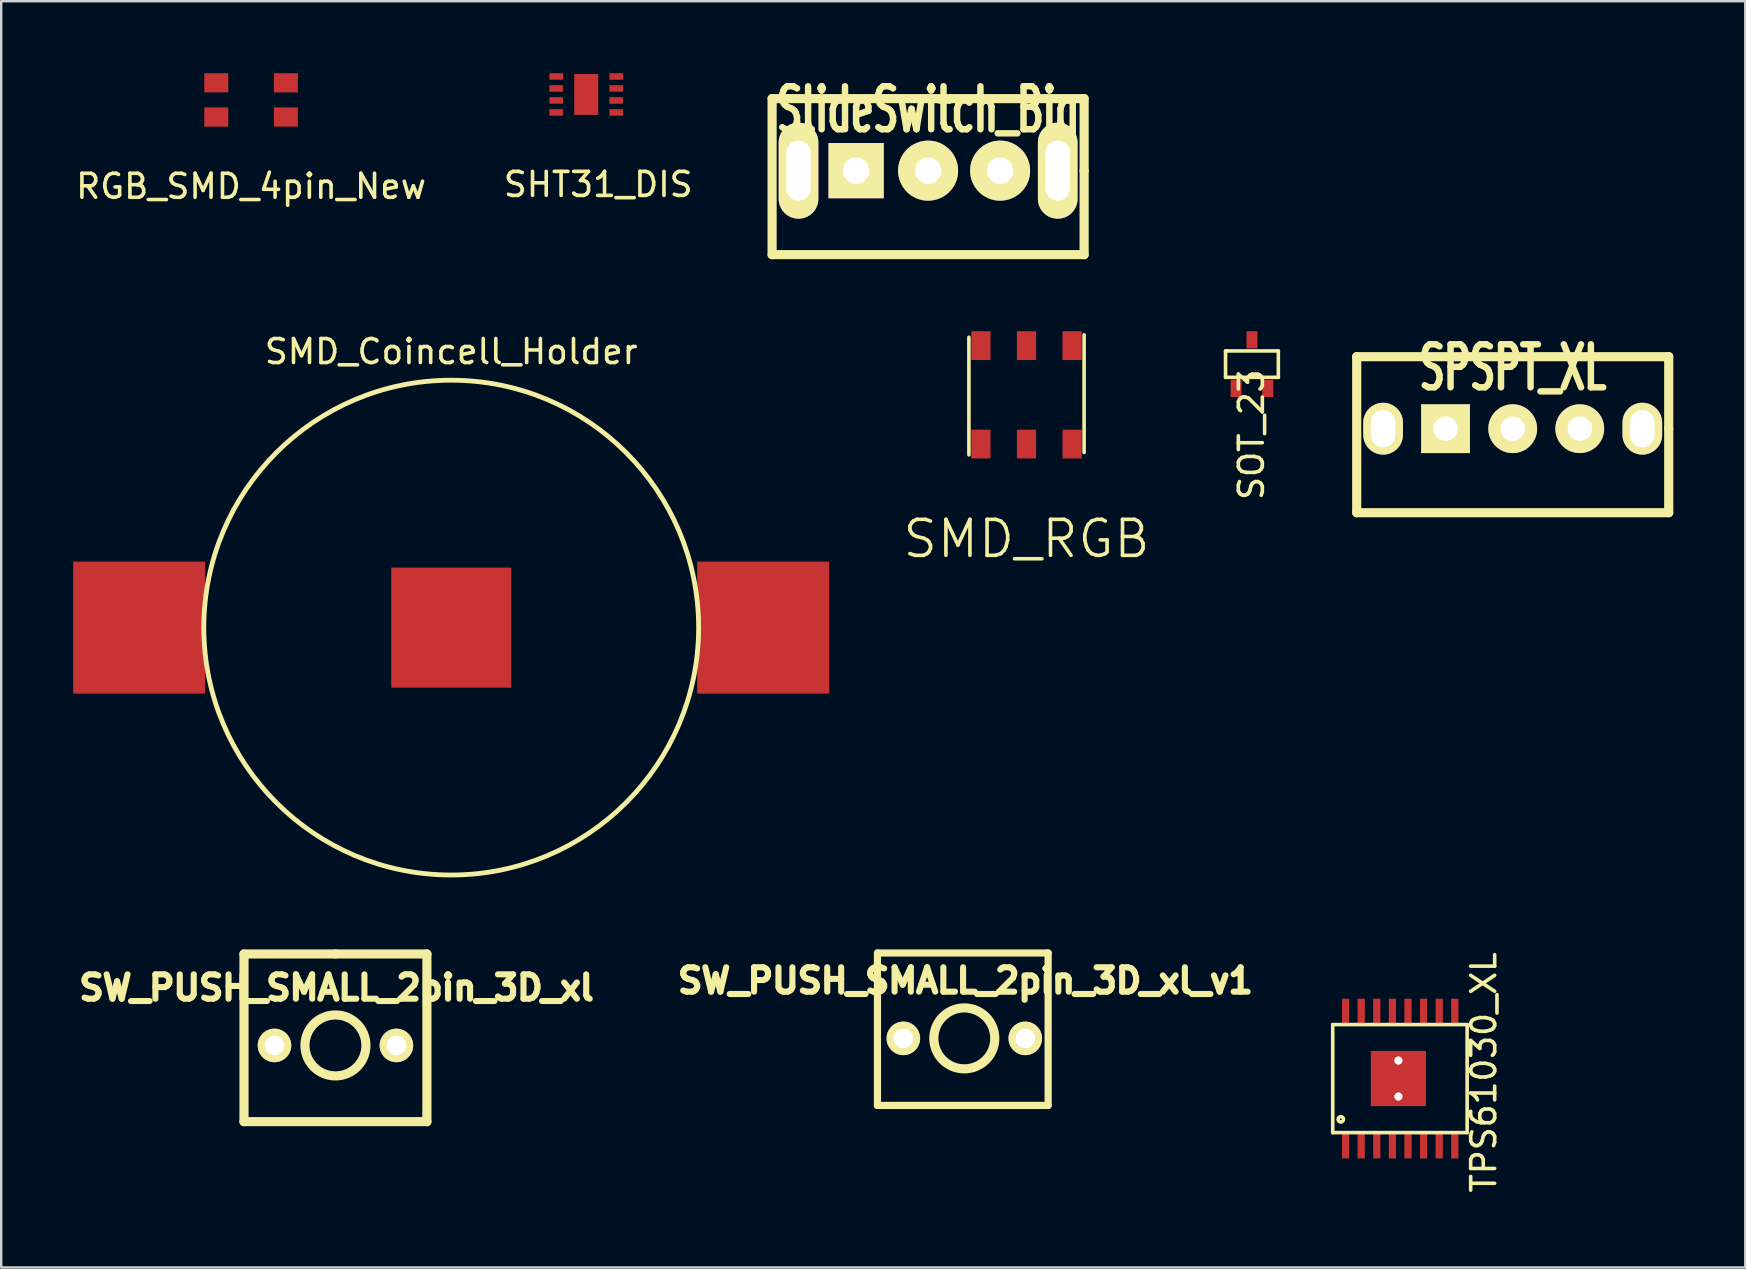
<source format=kicad_pcb>
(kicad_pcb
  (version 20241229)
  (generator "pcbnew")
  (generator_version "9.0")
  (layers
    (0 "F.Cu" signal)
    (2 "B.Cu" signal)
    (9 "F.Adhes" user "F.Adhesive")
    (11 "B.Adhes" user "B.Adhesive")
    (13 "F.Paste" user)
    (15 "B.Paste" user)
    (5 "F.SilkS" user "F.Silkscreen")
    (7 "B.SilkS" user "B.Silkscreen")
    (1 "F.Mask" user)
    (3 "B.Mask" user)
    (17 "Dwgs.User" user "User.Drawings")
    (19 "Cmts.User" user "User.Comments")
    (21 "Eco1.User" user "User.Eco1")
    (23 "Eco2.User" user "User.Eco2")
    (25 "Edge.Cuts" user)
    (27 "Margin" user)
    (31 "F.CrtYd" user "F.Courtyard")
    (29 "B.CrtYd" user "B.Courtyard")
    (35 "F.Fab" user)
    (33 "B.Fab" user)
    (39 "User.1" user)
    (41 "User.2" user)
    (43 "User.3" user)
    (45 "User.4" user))
  (footprint "SPSPT_XL"
    (layer "F.Cu")
    (at 59.976 14.811)
    (property "Reference" "SPSPT_XL" (at 0 -2.54 0) (layer "F.SilkS") (effects (font (size 1.791 1.077) (thickness 0.269))))
    (attr through_hole)
    (fp_line (start -6.5 -3) (end -6.5 3.5) (stroke (width 0.381) (type solid)) (layer "F.SilkS"))
    (fp_line (start -6.5 3.5) (end 6.5 3.5) (stroke (width 0.381) (type solid)) (layer "F.SilkS"))
    (fp_line (start 6.5 -3) (end -6.5 -3) (stroke (width 0.381) (type solid)) (layer "F.SilkS"))
    (fp_line (start 6.5 0) (end 6.5 -3) (stroke (width 0.381) (type solid)) (layer "F.SilkS"))
    (fp_line (start 6.5 3.5) (end 6.5 0) (stroke (width 0.381) (type solid)) (layer "F.SilkS"))
    (pad "" np_thru_hole oval (at -5.4 0) (size 1.651 2.159) (drill oval 1.016 1.549) (layers "*.Cu" "*.Mask" "F.SilkS"))
    (pad "" np_thru_hole oval (at 5.4 0) (size 1.651 2.159) (drill oval 1.016 1.549) (layers "*.Cu" "*.Mask" "F.SilkS"))
    (pad "1" thru_hole rect (at -2.799 0) (size 2.032 2.032) (drill 1.016) (layers "*.Cu" "*.Mask" "F.SilkS"))
    (pad "2" thru_hole circle (at 0 0) (size 2.032 2.032) (drill 1.016) (layers "*.Cu" "*.Mask" "F.SilkS"))
    (pad "3" thru_hole circle (at 2.794 0) (size 2.032 2.032) (drill 1.016) (layers "*.Cu" "*.Mask" "F.SilkS")))
  (footprint "SW_PUSH_SMALL_2pin_3D_xl"
    (layer "F.Cu")
    (at 10.926 40.507)
    (property "Reference" "SW_PUSH_SMALL_2pin_3D_xl" (at 0.046 -2.403 0) (layer "F.SilkS") (effects (font (size 1.016 1.016) (thickness 0.254))))
    (attr through_hole)
    (fp_line (start -3.81 -3.81) (end 0 -3.81) (stroke (width 0.381) (type solid)) (layer "F.SilkS"))
    (fp_line (start -3.81 3.175) (end -3.81 -3.81) (stroke (width 0.381) (type solid)) (layer "F.SilkS"))
    (fp_line (start 0 -3.81) (end 3.81 -3.81) (stroke (width 0.381) (type solid)) (layer "F.SilkS"))
    (fp_line (start 3.81 -3.81) (end 3.81 3.175) (stroke (width 0.381) (type solid)) (layer "F.SilkS"))
    (fp_line (start 3.81 3.175) (end -3.81 3.175) (stroke (width 0.381) (type solid)) (layer "F.SilkS"))
    (fp_circle (center 0 0) (end 1.27 0) (stroke (width 0.381) (type solid)) (fill no) (layer "F.SilkS"))
    (pad "1" thru_hole circle (at -2.54 0) (size 1.397 1.397) (drill 0.813) (layers "*.Cu" "*.Mask" "F.SilkS"))
    (pad "2" thru_hole circle (at 2.54 0) (size 1.397 1.397) (drill 0.813) (layers "*.Cu" "*.Mask" "F.SilkS")))
  (footprint "SHT31_DIS"
    (layer "F.Cu")
    (at 21.375 0.885)
    (property "Reference" "SHT31_DIS" (at 0.5 3.75 0) (layer "F.SilkS") (effects (font (size 1 1) (thickness 0.15))))
    (attr through_hole)
    (pad "" smd rect (at 0 0) (size 1 1.7) (layers "F.Cu" "F.Mask" "F.Paste"))
    (pad "1" smd rect (at -1.25 -0.75) (size 0.57 0.27) (layers "F.Cu" "F.Mask" "F.Paste"))
    (pad "2" smd rect (at -1.25 -0.25) (size 0.57 0.27) (layers "F.Cu" "F.Mask" "F.Paste"))
    (pad "3" smd rect (at -1.25 0.25) (size 0.57 0.27) (layers "F.Cu" "F.Mask" "F.Paste"))
    (pad "4" smd rect (at -1.25 0.75) (size 0.57 0.27) (layers "F.Cu" "F.Mask" "F.Paste"))
    (pad "5" smd rect (at 1.25 0.75) (size 0.57 0.27) (layers "F.Cu" "F.Mask" "F.Paste"))
    (pad "6" smd rect (at 1.25 0.25) (size 0.57 0.27) (layers "F.Cu" "F.Mask" "F.Paste"))
    (pad "7" smd rect (at 1.25 -0.25) (size 0.57 0.27) (layers "F.Cu" "F.Mask" "F.Paste"))
    (pad "8" smd rect (at 1.25 -0.75) (size 0.57 0.27) (layers "F.Cu" "F.Mask" "F.Paste")))
  (footprint "TPS61030_XL"
    (layer "F.Cu")
    (at 55.213 41.886)
    (property "Reference" "TPS61030_XL" (at 3.556 -0.254 90) (layer "F.SilkS") (effects (font (size 1 1) (thickness 0.15))))
    (attr through_hole)
    (fp_line (start -2.736 2.254) (end -2.736 -2.246) (stroke (width 0.15) (type solid)) (layer "F.SilkS"))
    (fp_line (start 2.864 -2.246) (end -2.736 -2.246) (stroke (width 0.15) (type solid)) (layer "F.SilkS"))
    (fp_line (start 2.864 -2.246) (end 2.864 2.254) (stroke (width 0.15) (type solid)) (layer "F.SilkS"))
    (fp_line (start 2.864 2.254) (end -2.736 2.254) (stroke (width 0.15) (type solid)) (layer "F.SilkS"))
    (fp_circle (center -2.4 1.7) (end -2.35 1.6) (stroke (width 0.15) (type solid)) (fill no) (layer "F.SilkS"))
    (pad "" thru_hole circle (at 0 -0.75) (size 0.33 0.33) (drill 0.33) (layers "*.Cu" "*.Mask" "F.SilkS"))
    (pad "" smd rect (at 0 0) (size 2.3 2.3) (layers "F.Cu" "F.Mask" "F.Paste"))
    (pad "" thru_hole circle (at 0 0.75) (size 0.33 0.33) (drill 0.33) (layers "*.Cu" "*.Mask" "F.SilkS"))
    (pad "1" smd rect (at -2.2 2.8) (size 0.3 1.05) (layers "F.Cu" "F.Mask" "F.Paste"))
    (pad "2" smd rect (at -1.55 2.8) (size 0.3 1.05) (layers "F.Cu" "F.Mask" "F.Paste"))
    (pad "3" smd rect (at -0.9 2.8) (size 0.3 1.05) (layers "F.Cu" "F.Mask" "F.Paste"))
    (pad "4" smd rect (at -0.25 2.8) (size 0.3 1.05) (layers "F.Cu" "F.Mask" "F.Paste"))
    (pad "5" smd rect (at 0.4 2.8) (size 0.3 1.05) (layers "F.Cu" "F.Mask" "F.Paste"))
    (pad "6" smd rect (at 1.05 2.8) (size 0.3 1.05) (layers "F.Cu" "F.Mask" "F.Paste"))
    (pad "7" smd rect (at 1.7 2.8) (size 0.3 1.05) (layers "F.Cu" "F.Mask" "F.Paste"))
    (pad "8" smd rect (at 2.35 2.8) (size 0.3 1.05) (layers "F.Cu" "F.Mask" "F.Paste"))
    (pad "9" smd rect (at 2.35 -2.8) (size 0.3 1.05) (layers "F.Cu" "F.Mask" "F.Paste"))
    (pad "10" smd rect (at 1.7 -2.8) (size 0.3 1.05) (layers "F.Cu" "F.Mask" "F.Paste"))
    (pad "11" smd rect (at 1.05 -2.8) (size 0.3 1.05) (layers "F.Cu" "F.Mask" "F.Paste"))
    (pad "12" smd rect (at 0.4 -2.8) (size 0.3 1.05) (layers "F.Cu" "F.Mask" "F.Paste"))
    (pad "13" smd rect (at -0.25 -2.8) (size 0.3 1.05) (layers "F.Cu" "F.Mask" "F.Paste"))
    (pad "14" smd rect (at -0.9 -2.8) (size 0.3 1.05) (layers "F.Cu" "F.Mask" "F.Paste"))
    (pad "15" smd rect (at -1.55 -2.8) (size 0.3 1.05) (layers "F.Cu" "F.Mask" "F.Paste"))
    (pad "16" smd rect (at -2.2 -2.8) (size 0.3 1.05) (layers "F.Cu" "F.Mask" "F.Paste")))
  (footprint "SlideSwitch_Big"
    (layer "F.Cu")
    (at 35.619 4.06)
    (property "Reference" "SlideSwitch_Big" (at 0 -2.54 0) (layer "F.SilkS") (effects (font (size 1.791 1.077) (thickness 0.269))))
    (attr through_hole)
    (fp_line (start -6.5 -3) (end -6.5 3.5) (stroke (width 0.381) (type solid)) (layer "F.SilkS"))
    (fp_line (start -6.5 3.5) (end 6.5 3.5) (stroke (width 0.381) (type solid)) (layer "F.SilkS"))
    (fp_line (start 6.5 -3) (end -6.5 -3) (stroke (width 0.381) (type solid)) (layer "F.SilkS"))
    (fp_line (start 6.5 0) (end 6.5 -3) (stroke (width 0.381) (type solid)) (layer "F.SilkS"))
    (fp_line (start 6.5 3.5) (end 6.5 0) (stroke (width 0.381) (type solid)) (layer "F.SilkS"))
    (pad "" thru_hole oval (at -5.4 0) (size 1.651 4) (drill oval 1.016 2.5) (layers "*.Cu" "*.Mask" "F.SilkS"))
    (pad "" thru_hole oval (at 5.4 0) (size 1.651 4) (drill oval 1.016 2.5) (layers "*.Cu" "*.Mask" "F.SilkS"))
    (pad "1" thru_hole rect (at -3 0) (size 2.3 2.3) (drill 1.1) (layers "*.Cu" "*.Mask" "F.SilkS"))
    (pad "2" thru_hole circle (at 0 0) (size 2.5 2.5) (drill 1.1) (layers "*.Cu" "*.Mask" "F.SilkS"))
    (pad "3" thru_hole circle (at 3 0) (size 2.5 2.5) (drill 1.1) (layers "*.Cu" "*.Mask" "F.SilkS")))
  (footprint "SW_PUSH_SMALL_2pin_3D_xl_v1"
    (layer "F.Cu")
    (at 37.127 40.213)
    (property "Reference" "SW_PUSH_SMALL_2pin_3D_xl_v1" (at 0.046 -2.403 0) (layer "F.SilkS") (effects (font (size 1.016 1.016) (thickness 0.254))))
    (attr through_hole)
    (fp_line (start -3.619 -3.556) (end -3.619 2.794) (stroke (width 0.3) (type solid)) (layer "F.SilkS"))
    (fp_line (start -3.619 2.794) (end 3.493 2.794) (stroke (width 0.3) (type solid)) (layer "F.SilkS"))
    (fp_line (start 3.493 -3.556) (end -3.619 -3.556) (stroke (width 0.3) (type solid)) (layer "F.SilkS"))
    (fp_line (start 3.493 2.794) (end 3.493 -3.556) (stroke (width 0.3) (type solid)) (layer "F.SilkS"))
    (fp_circle (center 0 0) (end 1.27 0) (stroke (width 0.381) (type solid)) (fill no) (layer "F.SilkS"))
    (pad "1" thru_hole circle (at -2.54 0) (size 1.397 1.397) (drill 0.813) (layers "*.Cu" "*.Mask" "F.SilkS"))
    (pad "2" thru_hole circle (at 2.54 0) (size 1.397 1.397) (drill 0.813) (layers "*.Cu" "*.Mask" "F.SilkS")))
  (footprint "RGB_SMD_4pin_New"
    (layer "F.Cu")
    (at 7.411 1.113)
    (property "Reference" "RGB_SMD_4pin_New" (at 0 3.6 0) (layer "F.SilkS") (effects (font (size 1 1) (thickness 0.15))))
    (attr through_hole)
    (pad "1" smd rect (at -1.45 0.713) (size 1 0.8) (layers "F.Cu" "F.Mask" "F.Paste"))
    (pad "2" smd rect (at 1.45 0.713) (size 1 0.8) (layers "F.Cu" "F.Mask" "F.Paste"))
    (pad "3" smd rect (at -1.45 -0.713) (size 1 0.8) (layers "F.Cu" "F.Mask" "F.Paste"))
    (pad "4" smd rect (at 1.45 -0.713) (size 1 0.8) (layers "F.Cu" "F.Mask" "F.Paste")))
  (footprint "SMD_Coincell_Holder"
    (layer "F.Cu")
    (at 15.75 23.099)
    (property "Reference" "SMD_Coincell_Holder" (at 0 -11.5 0) (layer "F.SilkS") (effects (font (size 1 1) (thickness 0.15))))
    (attr exclude_from_pos_files exclude_from_bom)
    (fp_circle (center 0 0) (end -6.5 -8) (stroke (width 0.2) (type solid)) (fill no) (layer "F.SilkS"))
    (pad "1" smd rect (at -13 0) (size 5.5 5.5) (layers "F.Cu" "F.Mask" "F.Paste"))
    (pad "1" smd rect (at 13 0) (size 5.5 5.5) (layers "F.Cu" "F.Mask" "F.Paste"))
    (pad "2" smd rect (at 0 0) (size 5 5) (layers "F.Cu" "F.Mask" "F.Paste")))
  (footprint "SOT_23"
    (layer "F.Cu")
    (at 49.111 12.122)
    (property "Reference" "SOT_23" (at -0.022 2.94 90) (layer "F.SilkS") (effects (font (size 1 1) (thickness 0.15))))
    (attr smd)
    (fp_line (start -1.1 -0.55) (end -1.1 0.55) (stroke (width 0.15) (type solid)) (layer "F.SilkS"))
    (fp_line (start -1.1 0.55) (end 1.1 0.55) (stroke (width 0.15) (type solid)) (layer "F.SilkS"))
    (fp_line (start -1.05 -0.55) (end -1.1 -0.55) (stroke (width 0.15) (type solid)) (layer "F.SilkS"))
    (fp_line (start 1.1 -0.55) (end -1.05 -0.55) (stroke (width 0.15) (type solid)) (layer "F.SilkS"))
    (fp_line (start 1.1 0.55) (end 1.1 -0.55) (stroke (width 0.15) (type solid)) (layer "F.SilkS"))
    (pad "1" smd rect (at -0.66 1.016) (size 0.457 0.711) (layers "F.Cu" "F.Mask" "F.Paste"))
    (pad "2" smd rect (at 0.66 1.016) (size 0.457 0.711) (layers "F.Cu" "F.Mask" "F.Paste"))
    (pad "3" smd rect (at 0 -1.016) (size 0.457 0.711) (layers "F.Cu" "F.Mask" "F.Paste")))
  (footprint "SMD_RGB"
    (layer "F.Cu")
    (at 39.718 13.401)
    (property "Reference" "SMD_RGB" (at 0 6 0) (layer "F.SilkS") (effects (font (size 1.5 1.5) (thickness 0.15))))
    (attr through_hole)
    (fp_line (start -2.4 -2.4) (end -2.4 2.5) (stroke (width 0.15) (type solid)) (layer "F.SilkS"))
    (fp_line (start 2.4 -2.5) (end 2.4 2.4) (stroke (width 0.15) (type solid)) (layer "F.SilkS"))
    (pad "1" smd rect (at -1.9 2.05) (size 0.8 1.2) (layers "F.Cu" "F.Mask" "F.Paste"))
    (pad "2" smd rect (at -1.9 -2.05) (size 0.8 1.2) (layers "F.Cu" "F.Mask" "F.Paste"))
    (pad "3" smd rect (at 0 2.05) (size 0.8 1.2) (layers "F.Cu" "F.Mask" "F.Paste"))
    (pad "4" smd rect (at 0 -2.05) (size 0.8 1.2) (layers "F.Cu" "F.Mask" "F.Paste"))
    (pad "5" smd rect (at 1.9 2.05) (size 0.8 1.2) (layers "F.Cu" "F.Mask" "F.Paste"))
    (pad "6" smd rect (at 1.9 -2.05) (size 0.8 1.2) (layers "F.Cu" "F.Mask" "F.Paste")))
  (gr_rect
    (start -3 -3)
    (end 69.666 49.757)
    (stroke (width 0.1) (type default))
    (fill no)
    (layer "Edge.Cuts")))
</source>
